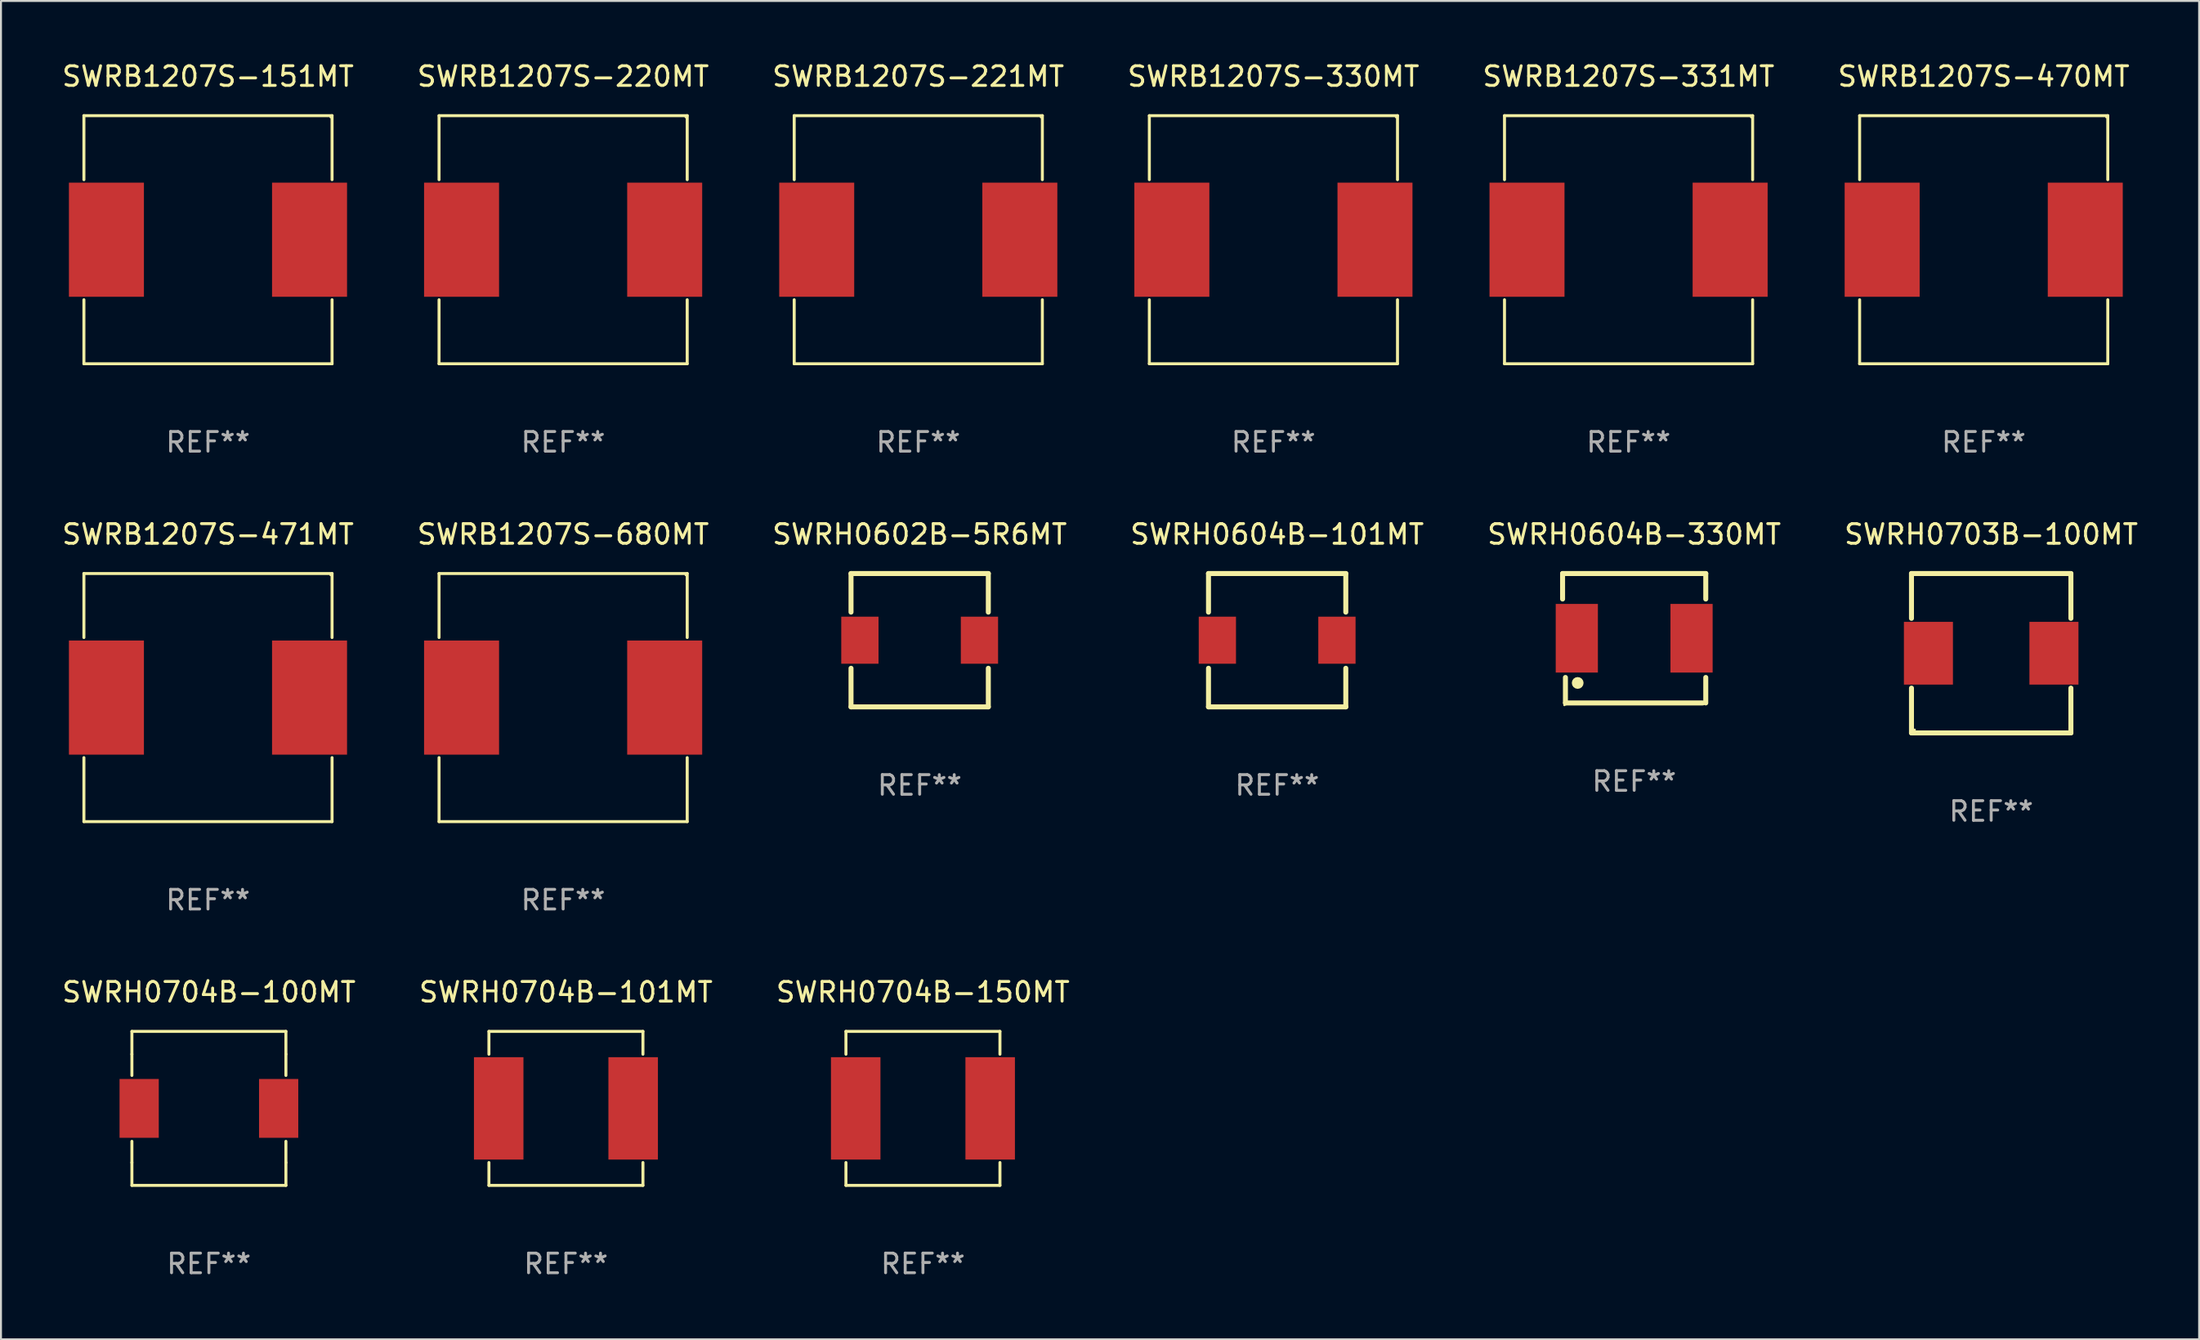
<source format=kicad_pcb>
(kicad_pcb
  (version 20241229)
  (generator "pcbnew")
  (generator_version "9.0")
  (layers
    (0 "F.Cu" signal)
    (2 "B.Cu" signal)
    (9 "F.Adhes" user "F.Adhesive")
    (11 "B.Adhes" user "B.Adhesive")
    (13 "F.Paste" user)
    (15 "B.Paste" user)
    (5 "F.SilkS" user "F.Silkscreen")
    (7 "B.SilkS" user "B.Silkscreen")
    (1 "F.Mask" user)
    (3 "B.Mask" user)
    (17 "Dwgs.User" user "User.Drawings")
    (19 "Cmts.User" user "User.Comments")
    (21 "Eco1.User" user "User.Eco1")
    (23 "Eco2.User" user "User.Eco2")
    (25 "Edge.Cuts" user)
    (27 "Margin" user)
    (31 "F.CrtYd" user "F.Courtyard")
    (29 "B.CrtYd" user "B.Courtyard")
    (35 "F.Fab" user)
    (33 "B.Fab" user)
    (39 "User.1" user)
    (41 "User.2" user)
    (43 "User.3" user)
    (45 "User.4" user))
  (footprint "SWRH0703B-100MT"
    (layer "F.Cu")
    (at 98.47 30.261)
    (property "Reference" "SWRH0703B-100MT" (at 0 -6.064 0) (layer "F.SilkS") (effects (font (size 1 1) (thickness 0.15))))
    (attr through_hole)
    (fp_line (start -4.064 -4.064) (end 4.064 -4.064) (stroke (width 0.254) (type solid)) (layer "F.SilkS"))
    (fp_line (start -4.064 -1.778) (end -4.064 -4.064) (stroke (width 0.254) (type solid)) (layer "F.SilkS"))
    (fp_line (start -4.064 4.064) (end -4.064 1.778) (stroke (width 0.254) (type solid)) (layer "F.SilkS"))
    (fp_line (start 4.064 -4.064) (end 4.064 -1.778) (stroke (width 0.254) (type solid)) (layer "F.SilkS"))
    (fp_line (start 4.064 1.778) (end 4.064 4.064) (stroke (width 0.254) (type solid)) (layer "F.SilkS"))
    (fp_line (start 4.064 4.064) (end -4.064 4.064) (stroke (width 0.254) (type solid)) (layer "F.SilkS"))
    (fp_circle (center -3.9 3.9) (end -3.87 3.9) (stroke (width 0.06) (type solid)) (fill no) (layer "F.SilkS"))
    (fp_text user "REF**" (at 0 8.064 0) (layer "F.Fab") (effects (font (size 1 1) (thickness 0.15))))
    (pad "1" smd rect (at -3.2 0) (size 2.5 3.2) (layers "F.Cu" "F.Mask" "F.Paste"))
    (pad "2" smd rect (at 3.2 0) (size 2.5 3.2) (layers "F.Cu" "F.Mask" "F.Paste")))
  (footprint "SWRB1207S-221MT"
    (layer "F.Cu")
    (at 43.768 9.174)
    (property "Reference" "SWRB1207S-221MT" (at 0 -8.326 0) (layer "F.SilkS") (effects (font (size 1 1) (thickness 0.15))))
    (attr through_hole)
    (fp_line (start -6.326 -6.326) (end 6.326 -6.326) (stroke (width 0.152) (type solid)) (layer "F.SilkS"))
    (fp_line (start -6.326 -3.062) (end -6.326 -6.326) (stroke (width 0.152) (type solid)) (layer "F.SilkS"))
    (fp_line (start -6.326 3.062) (end -6.326 6.326) (stroke (width 0.152) (type solid)) (layer "F.SilkS"))
    (fp_line (start -6.326 6.326) (end 6.326 6.326) (stroke (width 0.152) (type solid)) (layer "F.SilkS"))
    (fp_line (start 6.326 -6.326) (end 6.326 -3.062) (stroke (width 0.152) (type solid)) (layer "F.SilkS"))
    (fp_line (start 6.326 6.326) (end 6.326 3.062) (stroke (width 0.152) (type solid)) (layer "F.SilkS"))
    (fp_circle (center 6.25 -6.25) (end 6.28 -6.25) (stroke (width 0.06) (type solid)) (fill no) (layer "F.SilkS"))
    (fp_text user "REF**" (at 0 10.326 0) (layer "F.Fab") (effects (font (size 1 1) (thickness 0.15))))
    (pad "1" smd rect (at 5.178 0) (size 3.824 5.82) (layers "F.Cu" "F.Mask" "F.Paste"))
    (pad "2" smd rect (at -5.178 0) (size 3.824 5.82) (layers "F.Cu" "F.Mask" "F.Paste")))
  (footprint "SWRB1207S-220MT"
    (layer "F.Cu")
    (at 25.661 9.174)
    (property "Reference" "SWRB1207S-220MT" (at 0 -8.326 0) (layer "F.SilkS") (effects (font (size 1 1) (thickness 0.15))))
    (attr through_hole)
    (fp_line (start -6.326 -6.326) (end 6.326 -6.326) (stroke (width 0.152) (type solid)) (layer "F.SilkS"))
    (fp_line (start -6.326 -3.062) (end -6.326 -6.326) (stroke (width 0.152) (type solid)) (layer "F.SilkS"))
    (fp_line (start -6.326 3.062) (end -6.326 6.326) (stroke (width 0.152) (type solid)) (layer "F.SilkS"))
    (fp_line (start -6.326 6.326) (end 6.326 6.326) (stroke (width 0.152) (type solid)) (layer "F.SilkS"))
    (fp_line (start 6.326 -6.326) (end 6.326 -3.062) (stroke (width 0.152) (type solid)) (layer "F.SilkS"))
    (fp_line (start 6.326 6.326) (end 6.326 3.062) (stroke (width 0.152) (type solid)) (layer "F.SilkS"))
    (fp_circle (center 6.25 -6.25) (end 6.28 -6.25) (stroke (width 0.06) (type solid)) (fill no) (layer "F.SilkS"))
    (fp_text user "REF**" (at 0 10.326 0) (layer "F.Fab") (effects (font (size 1 1) (thickness 0.15))))
    (pad "1" smd rect (at 5.178 0) (size 3.824 5.82) (layers "F.Cu" "F.Mask" "F.Paste"))
    (pad "2" smd rect (at -5.178 0) (size 3.824 5.82) (layers "F.Cu" "F.Mask" "F.Paste")))
  (footprint "SWRB1207S-680MT"
    (layer "F.Cu")
    (at 25.661 32.523)
    (property "Reference" "SWRB1207S-680MT" (at 0 -8.326 0) (layer "F.SilkS") (effects (font (size 1 1) (thickness 0.15))))
    (attr through_hole)
    (fp_line (start -6.326 -6.326) (end 6.326 -6.326) (stroke (width 0.152) (type solid)) (layer "F.SilkS"))
    (fp_line (start -6.326 -3.062) (end -6.326 -6.326) (stroke (width 0.152) (type solid)) (layer "F.SilkS"))
    (fp_line (start -6.326 3.062) (end -6.326 6.326) (stroke (width 0.152) (type solid)) (layer "F.SilkS"))
    (fp_line (start -6.326 6.326) (end 6.326 6.326) (stroke (width 0.152) (type solid)) (layer "F.SilkS"))
    (fp_line (start 6.326 -6.326) (end 6.326 -3.062) (stroke (width 0.152) (type solid)) (layer "F.SilkS"))
    (fp_line (start 6.326 6.326) (end 6.326 3.062) (stroke (width 0.152) (type solid)) (layer "F.SilkS"))
    (fp_circle (center 6.25 -6.25) (end 6.28 -6.25) (stroke (width 0.06) (type solid)) (fill no) (layer "F.SilkS"))
    (fp_text user "REF**" (at 0 10.326 0) (layer "F.Fab") (effects (font (size 1 1) (thickness 0.15))))
    (pad "1" smd rect (at 5.178 0) (size 3.824 5.82) (layers "F.Cu" "F.Mask" "F.Paste"))
    (pad "2" smd rect (at -5.178 0) (size 3.824 5.82) (layers "F.Cu" "F.Mask" "F.Paste")))
  (footprint "SWRH0604B-101MT"
    (layer "F.Cu")
    (at 62.065 29.597)
    (property "Reference" "SWRH0604B-101MT" (at 0 -5.4 0) (layer "F.SilkS") (effects (font (size 1 1) (thickness 0.15))))
    (attr through_hole)
    (fp_line (start -3.5 -3.4) (end -3.5 -1.431) (stroke (width 0.254) (type solid)) (layer "F.SilkS"))
    (fp_line (start -3.5 1.431) (end -3.5 3.4) (stroke (width 0.254) (type solid)) (layer "F.SilkS"))
    (fp_line (start -3.5 3.4) (end 3.5 3.4) (stroke (width 0.254) (type solid)) (layer "F.SilkS"))
    (fp_line (start 3.5 -3.4) (end -3.5 -3.4) (stroke (width 0.254) (type solid)) (layer "F.SilkS"))
    (fp_line (start 3.5 -1.431) (end 3.5 -3.4) (stroke (width 0.254) (type solid)) (layer "F.SilkS"))
    (fp_line (start 3.5 3.4) (end 3.5 1.431) (stroke (width 0.254) (type solid)) (layer "F.SilkS"))
    (fp_circle (center 3.5 -3.4) (end 3.53 -3.4) (stroke (width 0.06) (type solid)) (fill no) (layer "F.SilkS"))
    (fp_text user "REF**" (at 0 7.4 0) (layer "F.Fab") (effects (font (size 1 1) (thickness 0.15))))
    (pad "1" smd rect (at 3.048 0) (size 1.9 2.4) (layers "F.Cu" "F.Mask" "F.Paste"))
    (pad "2" smd rect (at -3.048 0) (size 1.9 2.4) (layers "F.Cu" "F.Mask" "F.Paste")))
  (footprint "SWRB1207S-331MT"
    (layer "F.Cu")
    (at 79.982 9.174)
    (property "Reference" "SWRB1207S-331MT" (at 0 -8.326 0) (layer "F.SilkS") (effects (font (size 1 1) (thickness 0.15))))
    (attr through_hole)
    (fp_line (start -6.326 -6.326) (end 6.326 -6.326) (stroke (width 0.152) (type solid)) (layer "F.SilkS"))
    (fp_line (start -6.326 -3.062) (end -6.326 -6.326) (stroke (width 0.152) (type solid)) (layer "F.SilkS"))
    (fp_line (start -6.326 3.062) (end -6.326 6.326) (stroke (width 0.152) (type solid)) (layer "F.SilkS"))
    (fp_line (start -6.326 6.326) (end 6.326 6.326) (stroke (width 0.152) (type solid)) (layer "F.SilkS"))
    (fp_line (start 6.326 -6.326) (end 6.326 -3.062) (stroke (width 0.152) (type solid)) (layer "F.SilkS"))
    (fp_line (start 6.326 6.326) (end 6.326 3.062) (stroke (width 0.152) (type solid)) (layer "F.SilkS"))
    (fp_circle (center 6.25 -6.25) (end 6.28 -6.25) (stroke (width 0.06) (type solid)) (fill no) (layer "F.SilkS"))
    (fp_text user "REF**" (at 0 10.326 0) (layer "F.Fab") (effects (font (size 1 1) (thickness 0.15))))
    (pad "1" smd rect (at 5.178 0) (size 3.824 5.82) (layers "F.Cu" "F.Mask" "F.Paste"))
    (pad "2" smd rect (at -5.178 0) (size 3.824 5.82) (layers "F.Cu" "F.Mask" "F.Paste")))
  (footprint "SWRB1207S-330MT"
    (layer "F.Cu")
    (at 61.875 9.174)
    (property "Reference" "SWRB1207S-330MT" (at 0 -8.326 0) (layer "F.SilkS") (effects (font (size 1 1) (thickness 0.15))))
    (attr through_hole)
    (fp_line (start -6.326 -6.326) (end 6.326 -6.326) (stroke (width 0.152) (type solid)) (layer "F.SilkS"))
    (fp_line (start -6.326 -3.062) (end -6.326 -6.326) (stroke (width 0.152) (type solid)) (layer "F.SilkS"))
    (fp_line (start -6.326 3.062) (end -6.326 6.326) (stroke (width 0.152) (type solid)) (layer "F.SilkS"))
    (fp_line (start -6.326 6.326) (end 6.326 6.326) (stroke (width 0.152) (type solid)) (layer "F.SilkS"))
    (fp_line (start 6.326 -6.326) (end 6.326 -3.062) (stroke (width 0.152) (type solid)) (layer "F.SilkS"))
    (fp_line (start 6.326 6.326) (end 6.326 3.062) (stroke (width 0.152) (type solid)) (layer "F.SilkS"))
    (fp_circle (center 6.25 -6.25) (end 6.28 -6.25) (stroke (width 0.06) (type solid)) (fill no) (layer "F.SilkS"))
    (fp_text user "REF**" (at 0 10.326 0) (layer "F.Fab") (effects (font (size 1 1) (thickness 0.15))))
    (pad "1" smd rect (at 5.178 0) (size 3.824 5.82) (layers "F.Cu" "F.Mask" "F.Paste"))
    (pad "2" smd rect (at -5.178 0) (size 3.824 5.82) (layers "F.Cu" "F.Mask" "F.Paste")))
  (footprint "SWRB1207S-470MT"
    (layer "F.Cu")
    (at 98.089 9.174)
    (property "Reference" "SWRB1207S-470MT" (at 0 -8.326 0) (layer "F.SilkS") (effects (font (size 1 1) (thickness 0.15))))
    (attr through_hole)
    (fp_line (start -6.326 -6.326) (end 6.326 -6.326) (stroke (width 0.152) (type solid)) (layer "F.SilkS"))
    (fp_line (start -6.326 -3.062) (end -6.326 -6.326) (stroke (width 0.152) (type solid)) (layer "F.SilkS"))
    (fp_line (start -6.326 3.062) (end -6.326 6.326) (stroke (width 0.152) (type solid)) (layer "F.SilkS"))
    (fp_line (start -6.326 6.326) (end 6.326 6.326) (stroke (width 0.152) (type solid)) (layer "F.SilkS"))
    (fp_line (start 6.326 -6.326) (end 6.326 -3.062) (stroke (width 0.152) (type solid)) (layer "F.SilkS"))
    (fp_line (start 6.326 6.326) (end 6.326 3.062) (stroke (width 0.152) (type solid)) (layer "F.SilkS"))
    (fp_circle (center 6.25 -6.25) (end 6.28 -6.25) (stroke (width 0.06) (type solid)) (fill no) (layer "F.SilkS"))
    (fp_text user "REF**" (at 0 10.326 0) (layer "F.Fab") (effects (font (size 1 1) (thickness 0.15))))
    (pad "1" smd rect (at 5.178 0) (size 3.824 5.82) (layers "F.Cu" "F.Mask" "F.Paste"))
    (pad "2" smd rect (at -5.178 0) (size 3.824 5.82) (layers "F.Cu" "F.Mask" "F.Paste")))
  (footprint "SWRB1207S-151MT"
    (layer "F.Cu")
    (at 7.554 9.174)
    (property "Reference" "SWRB1207S-151MT" (at 0 -8.326 0) (layer "F.SilkS") (effects (font (size 1 1) (thickness 0.15))))
    (attr through_hole)
    (fp_line (start -6.326 -6.326) (end 6.326 -6.326) (stroke (width 0.152) (type solid)) (layer "F.SilkS"))
    (fp_line (start -6.326 -3.062) (end -6.326 -6.326) (stroke (width 0.152) (type solid)) (layer "F.SilkS"))
    (fp_line (start -6.326 3.062) (end -6.326 6.326) (stroke (width 0.152) (type solid)) (layer "F.SilkS"))
    (fp_line (start -6.326 6.326) (end 6.326 6.326) (stroke (width 0.152) (type solid)) (layer "F.SilkS"))
    (fp_line (start 6.326 -6.326) (end 6.326 -3.062) (stroke (width 0.152) (type solid)) (layer "F.SilkS"))
    (fp_line (start 6.326 6.326) (end 6.326 3.062) (stroke (width 0.152) (type solid)) (layer "F.SilkS"))
    (fp_circle (center 6.25 -6.25) (end 6.28 -6.25) (stroke (width 0.06) (type solid)) (fill no) (layer "F.SilkS"))
    (fp_text user "REF**" (at 0 10.326 0) (layer "F.Fab") (effects (font (size 1 1) (thickness 0.15))))
    (pad "1" smd rect (at 5.178 0) (size 3.824 5.82) (layers "F.Cu" "F.Mask" "F.Paste"))
    (pad "2" smd rect (at -5.178 0) (size 3.824 5.82) (layers "F.Cu" "F.Mask" "F.Paste")))
  (footprint "SWRH0704B-100MT"
    (layer "F.Cu")
    (at 7.601 53.472)
    (property "Reference" "SWRH0704B-100MT" (at 0 -5.926 0) (layer "F.SilkS") (effects (font (size 1 1) (thickness 0.15))))
    (attr through_hole)
    (fp_line (start -3.926 -3.926) (end 3.926 -3.926) (stroke (width 0.152) (type solid)) (layer "F.SilkS"))
    (fp_line (start -3.926 -2.762) (end -3.926 -3.926) (stroke (width 0.152) (type solid)) (layer "F.SilkS"))
    (fp_line (start -3.926 -2.762) (end -3.926 -1.68) (stroke (width 0.152) (type solid)) (layer "F.SilkS"))
    (fp_line (start -3.926 1.68) (end -3.926 2.762) (stroke (width 0.152) (type solid)) (layer "F.SilkS"))
    (fp_line (start -3.926 2.762) (end -3.926 3.926) (stroke (width 0.152) (type solid)) (layer "F.SilkS"))
    (fp_line (start -3.926 3.926) (end 3.926 3.926) (stroke (width 0.152) (type solid)) (layer "F.SilkS"))
    (fp_line (start 3.926 -3.926) (end 3.926 -2.762) (stroke (width 0.152) (type solid)) (layer "F.SilkS"))
    (fp_line (start 3.926 -2.762) (end 3.926 -1.68) (stroke (width 0.152) (type solid)) (layer "F.SilkS"))
    (fp_line (start 3.926 1.68) (end 3.926 2.762) (stroke (width 0.152) (type solid)) (layer "F.SilkS"))
    (fp_line (start 3.926 3.926) (end 3.926 2.762) (stroke (width 0.152) (type solid)) (layer "F.SilkS"))
    (fp_circle (center 3.9 -3.9) (end 3.93 -3.9) (stroke (width 0.06) (type solid)) (fill no) (layer "F.SilkS"))
    (fp_text user "REF**" (at 0 7.926 0) (layer "F.Fab") (effects (font (size 1 1) (thickness 0.15))))
    (pad "1" smd rect (at 3.556 0) (size 2 3) (layers "F.Cu" "F.Mask" "F.Paste"))
    (pad "2" smd rect (at -3.556 0) (size 2 3) (layers "F.Cu" "F.Mask" "F.Paste")))
  (footprint "SWRH0704B-101MT"
    (layer "F.Cu")
    (at 25.804 53.472)
    (property "Reference" "SWRH0704B-101MT" (at 0 -5.926 0) (layer "F.SilkS") (effects (font (size 1 1) (thickness 0.15))))
    (attr through_hole)
    (fp_line (start -3.926 -3.926) (end 3.926 -3.926) (stroke (width 0.152) (type solid)) (layer "F.SilkS"))
    (fp_line (start -3.926 -2.762) (end -3.926 -3.926) (stroke (width 0.152) (type solid)) (layer "F.SilkS"))
    (fp_line (start -3.926 2.762) (end -3.926 3.926) (stroke (width 0.152) (type solid)) (layer "F.SilkS"))
    (fp_line (start -3.926 3.926) (end 3.926 3.926) (stroke (width 0.152) (type solid)) (layer "F.SilkS"))
    (fp_line (start 3.926 -3.926) (end 3.926 -2.762) (stroke (width 0.152) (type solid)) (layer "F.SilkS"))
    (fp_line (start 3.926 3.926) (end 3.926 2.762) (stroke (width 0.152) (type solid)) (layer "F.SilkS"))
    (fp_circle (center 3.9 -3.9) (end 3.93 -3.9) (stroke (width 0.06) (type solid)) (fill no) (layer "F.SilkS"))
    (fp_text user "REF**" (at 0 7.926 0) (layer "F.Fab") (effects (font (size 1 1) (thickness 0.15))))
    (pad "1" smd rect (at 3.428 0) (size 2.524 5.22) (layers "F.Cu" "F.Mask" "F.Paste"))
    (pad "2" smd rect (at -3.428 0) (size 2.524 5.22) (layers "F.Cu" "F.Mask" "F.Paste")))
  (footprint "SWRH0704B-150MT"
    (layer "F.Cu")
    (at 44.006 53.472)
    (property "Reference" "SWRH0704B-150MT" (at 0 -5.926 0) (layer "F.SilkS") (effects (font (size 1 1) (thickness 0.15))))
    (attr through_hole)
    (fp_line (start -3.926 -3.926) (end 3.926 -3.926) (stroke (width 0.152) (type solid)) (layer "F.SilkS"))
    (fp_line (start -3.926 -2.762) (end -3.926 -3.926) (stroke (width 0.152) (type solid)) (layer "F.SilkS"))
    (fp_line (start -3.926 2.762) (end -3.926 3.926) (stroke (width 0.152) (type solid)) (layer "F.SilkS"))
    (fp_line (start -3.926 3.926) (end 3.926 3.926) (stroke (width 0.152) (type solid)) (layer "F.SilkS"))
    (fp_line (start 3.926 -3.926) (end 3.926 -2.762) (stroke (width 0.152) (type solid)) (layer "F.SilkS"))
    (fp_line (start 3.926 3.926) (end 3.926 2.762) (stroke (width 0.152) (type solid)) (layer "F.SilkS"))
    (fp_circle (center 3.9 -3.9) (end 3.93 -3.9) (stroke (width 0.06) (type solid)) (fill no) (layer "F.SilkS"))
    (fp_text user "REF**" (at 0 7.926 0) (layer "F.Fab") (effects (font (size 1 1) (thickness 0.15))))
    (pad "1" smd rect (at 3.428 0) (size 2.524 5.22) (layers "F.Cu" "F.Mask" "F.Paste"))
    (pad "2" smd rect (at -3.428 0) (size 2.524 5.22) (layers "F.Cu" "F.Mask" "F.Paste")))
  (footprint "SWRH0602B-5R6MT"
    (layer "F.Cu")
    (at 43.839 29.597)
    (property "Reference" "SWRH0602B-5R6MT" (at 0 -5.4 0) (layer "F.SilkS") (effects (font (size 1 1) (thickness 0.15))))
    (attr through_hole)
    (fp_line (start -3.5 -3.4) (end -3.5 -1.431) (stroke (width 0.254) (type solid)) (layer "F.SilkS"))
    (fp_line (start -3.5 1.431) (end -3.5 3.4) (stroke (width 0.254) (type solid)) (layer "F.SilkS"))
    (fp_line (start -3.5 3.4) (end 3.5 3.4) (stroke (width 0.254) (type solid)) (layer "F.SilkS"))
    (fp_line (start 3.5 -3.4) (end -3.5 -3.4) (stroke (width 0.254) (type solid)) (layer "F.SilkS"))
    (fp_line (start 3.5 -1.431) (end 3.5 -3.4) (stroke (width 0.254) (type solid)) (layer "F.SilkS"))
    (fp_line (start 3.5 3.4) (end 3.5 1.431) (stroke (width 0.254) (type solid)) (layer "F.SilkS"))
    (fp_circle (center 3.5 -3.4) (end 3.53 -3.4) (stroke (width 0.06) (type solid)) (fill no) (layer "F.SilkS"))
    (fp_text user "REF**" (at 0 7.4 0) (layer "F.Fab") (effects (font (size 1 1) (thickness 0.15))))
    (pad "1" smd rect (at 3.048 0) (size 1.9 2.4) (layers "F.Cu" "F.Mask" "F.Paste"))
    (pad "2" smd rect (at -3.048 0) (size 1.9 2.4) (layers "F.Cu" "F.Mask" "F.Paste")))
  (footprint "SWRH0604B-330MT"
    (layer "F.Cu")
    (at 80.268 29.497)
    (property "Reference" "SWRH0604B-330MT" (at 0 -5.3 0) (layer "F.SilkS") (effects (font (size 1 1) (thickness 0.15))))
    (attr through_hole)
    (fp_line (start -3.65 -3.3) (end 3.65 -3.3) (stroke (width 0.254) (type solid)) (layer "F.SilkS"))
    (fp_line (start -3.65 -2) (end -3.65 -3.3) (stroke (width 0.254) (type solid)) (layer "F.SilkS"))
    (fp_line (start -3.505 3.3) (end -3.505 2) (stroke (width 0.254) (type solid)) (layer "F.SilkS"))
    (fp_line (start -3.5 3.3) (end 3.5 3.3) (stroke (width 0.254) (type solid)) (layer "F.SilkS"))
    (fp_line (start 3.65 2) (end 3.65 3.3) (stroke (width 0.254) (type solid)) (layer "F.SilkS"))
    (fp_line (start 3.65 -3.3) (end 3.65 -2) (stroke (width 0.254) (type solid)) (layer "F.SilkS"))
    (fp_circle (center -3.558 3.407) (end -3.528 3.407) (stroke (width 0.06) (type solid)) (fill no) (layer "F.SilkS"))
    (fp_circle (center -2.88 2.28) (end -2.73 2.28) (stroke (width 0.3) (type solid)) (fill no) (layer "F.SilkS"))
    (fp_text user "REF**" (at 0 7.3 0) (layer "F.Fab") (effects (font (size 1 1) (thickness 0.15))))
    (pad "1" smd rect (at -2.925 0) (size 2.15 3.5) (layers "F.Cu" "F.Mask" "F.Paste"))
    (pad "2" smd rect (at 2.925 0) (size 2.15 3.5) (layers "F.Cu" "F.Mask" "F.Paste")))
  (footprint "SWRB1207S-471MT"
    (layer "F.Cu")
    (at 7.554 32.523)
    (property "Reference" "SWRB1207S-471MT" (at 0 -8.326 0) (layer "F.SilkS") (effects (font (size 1 1) (thickness 0.15))))
    (attr through_hole)
    (fp_line (start -6.326 -6.326) (end 6.326 -6.326) (stroke (width 0.152) (type solid)) (layer "F.SilkS"))
    (fp_line (start -6.326 -3.062) (end -6.326 -6.326) (stroke (width 0.152) (type solid)) (layer "F.SilkS"))
    (fp_line (start -6.326 3.062) (end -6.326 6.326) (stroke (width 0.152) (type solid)) (layer "F.SilkS"))
    (fp_line (start -6.326 6.326) (end 6.326 6.326) (stroke (width 0.152) (type solid)) (layer "F.SilkS"))
    (fp_line (start 6.326 -6.326) (end 6.326 -3.062) (stroke (width 0.152) (type solid)) (layer "F.SilkS"))
    (fp_line (start 6.326 6.326) (end 6.326 3.062) (stroke (width 0.152) (type solid)) (layer "F.SilkS"))
    (fp_circle (center 6.25 -6.25) (end 6.28 -6.25) (stroke (width 0.06) (type solid)) (fill no) (layer "F.SilkS"))
    (fp_text user "REF**" (at 0 10.326 0) (layer "F.Fab") (effects (font (size 1 1) (thickness 0.15))))
    (pad "1" smd rect (at 5.178 0) (size 3.824 5.82) (layers "F.Cu" "F.Mask" "F.Paste"))
    (pad "2" smd rect (at -5.178 0) (size 3.824 5.82) (layers "F.Cu" "F.Mask" "F.Paste")))
  (gr_rect
    (start -3 -3)
    (end 109.071 65.247)
    (stroke (width 0.1) (type default))
    (fill no)
    (layer "Edge.Cuts")))
</source>
